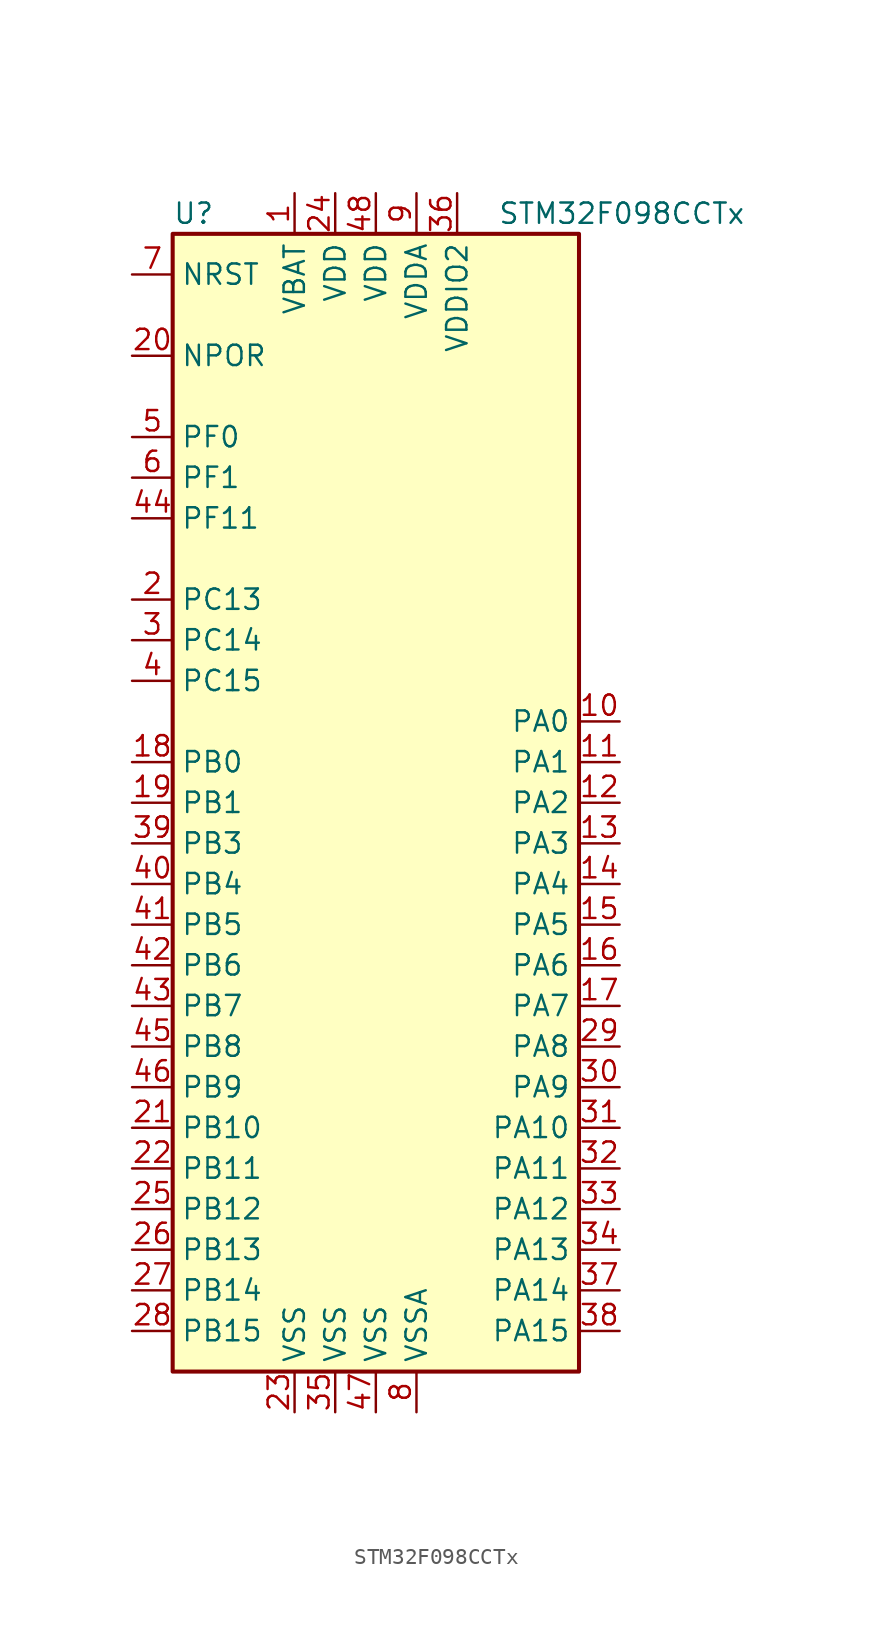
<source format=kicad_sym>
(kicad_symbol_lib
  (version 20201005)
  (generator kicad_symbol_editor)
  (symbol "STM32F098CCTx"
    (property "Reference" "U"
      (at -12.7 36.83 0)
      (effects (font (size 1.27 1.27)) (justify left)))
    (property "Value" "STM32F098CCTx"
      (at 7.62 36.83 0)
      (effects (font (size 1.27 1.27)) (justify left)))
    (symbol "STM32F098CCTx_0_1"
      (rectangle (start -12.7 -35.56) (end 12.7 35.56) (stroke (width 0.254)) (fill (type background))))
    (symbol "STM32F098CCTx_1_1"
      (pin power_in line (at -15.24 27.94 0) (length 2.54) (name "NPOR" (effects (font (size 1.27 1.27)))) (number "20" (effects (font (size 1.27 1.27)))))
      (pin input line (at -15.24 33.02 0) (length 2.54) (name "NRST" (effects (font (size 1.27 1.27)))) (number "7" (effects (font (size 1.27 1.27)))))
      (pin bidirectional line (at 15.24 5.08 180) (length 2.54) (name "PA0" (effects (font (size 1.27 1.27)))) (number "10" (effects (font (size 1.27 1.27)))))
      (pin bidirectional line (at 15.24 2.54 180) (length 2.54) (name "PA1" (effects (font (size 1.27 1.27)))) (number "11" (effects (font (size 1.27 1.27)))))
      (pin bidirectional line (at 15.24 -20.32 180) (length 2.54) (name "PA10" (effects (font (size 1.27 1.27)))) (number "31" (effects (font (size 1.27 1.27)))))
      (pin bidirectional line (at 15.24 -22.86 180) (length 2.54) (name "PA11" (effects (font (size 1.27 1.27)))) (number "32" (effects (font (size 1.27 1.27)))))
      (pin bidirectional line (at 15.24 -25.4 180) (length 2.54) (name "PA12" (effects (font (size 1.27 1.27)))) (number "33" (effects (font (size 1.27 1.27)))))
      (pin bidirectional line (at 15.24 -27.94 180) (length 2.54) (name "PA13" (effects (font (size 1.27 1.27)))) (number "34" (effects (font (size 1.27 1.27)))))
      (pin bidirectional line (at 15.24 -30.48 180) (length 2.54) (name "PA14" (effects (font (size 1.27 1.27)))) (number "37" (effects (font (size 1.27 1.27)))))
      (pin bidirectional line (at 15.24 -33.02 180) (length 2.54) (name "PA15" (effects (font (size 1.27 1.27)))) (number "38" (effects (font (size 1.27 1.27)))))
      (pin bidirectional line (at 15.24 0 180) (length 2.54) (name "PA2" (effects (font (size 1.27 1.27)))) (number "12" (effects (font (size 1.27 1.27)))))
      (pin bidirectional line (at 15.24 -2.54 180) (length 2.54) (name "PA3" (effects (font (size 1.27 1.27)))) (number "13" (effects (font (size 1.27 1.27)))))
      (pin bidirectional line (at 15.24 -5.08 180) (length 2.54) (name "PA4" (effects (font (size 1.27 1.27)))) (number "14" (effects (font (size 1.27 1.27)))))
      (pin bidirectional line (at 15.24 -7.62 180) (length 2.54) (name "PA5" (effects (font (size 1.27 1.27)))) (number "15" (effects (font (size 1.27 1.27)))))
      (pin bidirectional line (at 15.24 -10.16 180) (length 2.54) (name "PA6" (effects (font (size 1.27 1.27)))) (number "16" (effects (font (size 1.27 1.27)))))
      (pin bidirectional line (at 15.24 -12.7 180) (length 2.54) (name "PA7" (effects (font (size 1.27 1.27)))) (number "17" (effects (font (size 1.27 1.27)))))
      (pin bidirectional line (at 15.24 -15.24 180) (length 2.54) (name "PA8" (effects (font (size 1.27 1.27)))) (number "29" (effects (font (size 1.27 1.27)))))
      (pin bidirectional line (at 15.24 -17.78 180) (length 2.54) (name "PA9" (effects (font (size 1.27 1.27)))) (number "30" (effects (font (size 1.27 1.27)))))
      (pin bidirectional line (at -15.24 2.54 0) (length 2.54) (name "PB0" (effects (font (size 1.27 1.27)))) (number "18" (effects (font (size 1.27 1.27)))))
      (pin bidirectional line (at -15.24 0 0) (length 2.54) (name "PB1" (effects (font (size 1.27 1.27)))) (number "19" (effects (font (size 1.27 1.27)))))
      (pin bidirectional line (at -15.24 -20.32 0) (length 2.54) (name "PB10" (effects (font (size 1.27 1.27)))) (number "21" (effects (font (size 1.27 1.27)))))
      (pin bidirectional line (at -15.24 -22.86 0) (length 2.54) (name "PB11" (effects (font (size 1.27 1.27)))) (number "22" (effects (font (size 1.27 1.27)))))
      (pin bidirectional line (at -15.24 -25.4 0) (length 2.54) (name "PB12" (effects (font (size 1.27 1.27)))) (number "25" (effects (font (size 1.27 1.27)))))
      (pin bidirectional line (at -15.24 -27.94 0) (length 2.54) (name "PB13" (effects (font (size 1.27 1.27)))) (number "26" (effects (font (size 1.27 1.27)))))
      (pin bidirectional line (at -15.24 -30.48 0) (length 2.54) (name "PB14" (effects (font (size 1.27 1.27)))) (number "27" (effects (font (size 1.27 1.27)))))
      (pin bidirectional line (at -15.24 -33.02 0) (length 2.54) (name "PB15" (effects (font (size 1.27 1.27)))) (number "28" (effects (font (size 1.27 1.27)))))
      (pin bidirectional line (at -15.24 -2.54 0) (length 2.54) (name "PB3" (effects (font (size 1.27 1.27)))) (number "39" (effects (font (size 1.27 1.27)))))
      (pin bidirectional line (at -15.24 -5.08 0) (length 2.54) (name "PB4" (effects (font (size 1.27 1.27)))) (number "40" (effects (font (size 1.27 1.27)))))
      (pin bidirectional line (at -15.24 -7.62 0) (length 2.54) (name "PB5" (effects (font (size 1.27 1.27)))) (number "41" (effects (font (size 1.27 1.27)))))
      (pin bidirectional line (at -15.24 -10.16 0) (length 2.54) (name "PB6" (effects (font (size 1.27 1.27)))) (number "42" (effects (font (size 1.27 1.27)))))
      (pin bidirectional line (at -15.24 -12.7 0) (length 2.54) (name "PB7" (effects (font (size 1.27 1.27)))) (number "43" (effects (font (size 1.27 1.27)))))
      (pin bidirectional line (at -15.24 -15.24 0) (length 2.54) (name "PB8" (effects (font (size 1.27 1.27)))) (number "45" (effects (font (size 1.27 1.27)))))
      (pin bidirectional line (at -15.24 -17.78 0) (length 2.54) (name "PB9" (effects (font (size 1.27 1.27)))) (number "46" (effects (font (size 1.27 1.27)))))
      (pin bidirectional line (at -15.24 12.7 0) (length 2.54) (name "PC13" (effects (font (size 1.27 1.27)))) (number "2" (effects (font (size 1.27 1.27)))))
      (pin bidirectional line (at -15.24 10.16 0) (length 2.54) (name "PC14" (effects (font (size 1.27 1.27)))) (number "3" (effects (font (size 1.27 1.27)))))
      (pin bidirectional line (at -15.24 7.62 0) (length 2.54) (name "PC15" (effects (font (size 1.27 1.27)))) (number "4" (effects (font (size 1.27 1.27)))))
      (pin input line (at -15.24 22.86 0) (length 2.54) (name "PF0" (effects (font (size 1.27 1.27)))) (number "5" (effects (font (size 1.27 1.27)))))
      (pin input line (at -15.24 20.32 0) (length 2.54) (name "PF1" (effects (font (size 1.27 1.27)))) (number "6" (effects (font (size 1.27 1.27)))))
      (pin bidirectional line (at -15.24 17.78 0) (length 2.54) (name "PF11" (effects (font (size 1.27 1.27)))) (number "44" (effects (font (size 1.27 1.27)))))
      (pin power_in line (at -5.08 38.1 270) (length 2.54) (name "VBAT" (effects (font (size 1.27 1.27)))) (number "1" (effects (font (size 1.27 1.27)))))
      (pin power_in line (at -2.54 38.1 270) (length 2.54) (name "VDD" (effects (font (size 1.27 1.27)))) (number "24" (effects (font (size 1.27 1.27)))))
      (pin power_in line (at 0 38.1 270) (length 2.54) (name "VDD" (effects (font (size 1.27 1.27)))) (number "48" (effects (font (size 1.27 1.27)))))
      (pin power_in line (at 2.54 38.1 270) (length 2.54) (name "VDDA" (effects (font (size 1.27 1.27)))) (number "9" (effects (font (size 1.27 1.27)))))
      (pin power_in line (at 5.08 38.1 270) (length 2.54) (name "VDDIO2" (effects (font (size 1.27 1.27)))) (number "36" (effects (font (size 1.27 1.27)))))
      (pin power_in line (at -5.08 -38.1 90) (length 2.54) (name "VSS" (effects (font (size 1.27 1.27)))) (number "23" (effects (font (size 1.27 1.27)))))
      (pin power_in line (at -2.54 -38.1 90) (length 2.54) (name "VSS" (effects (font (size 1.27 1.27)))) (number "35" (effects (font (size 1.27 1.27)))))
      (pin power_in line (at 0 -38.1 90) (length 2.54) (name "VSS" (effects (font (size 1.27 1.27)))) (number "47" (effects (font (size 1.27 1.27)))))
      (pin power_in line (at 2.54 -38.1 90) (length 2.54) (name "VSSA" (effects (font (size 1.27 1.27)))) (number "8" (effects (font (size 1.27 1.27))))))))
</source>
